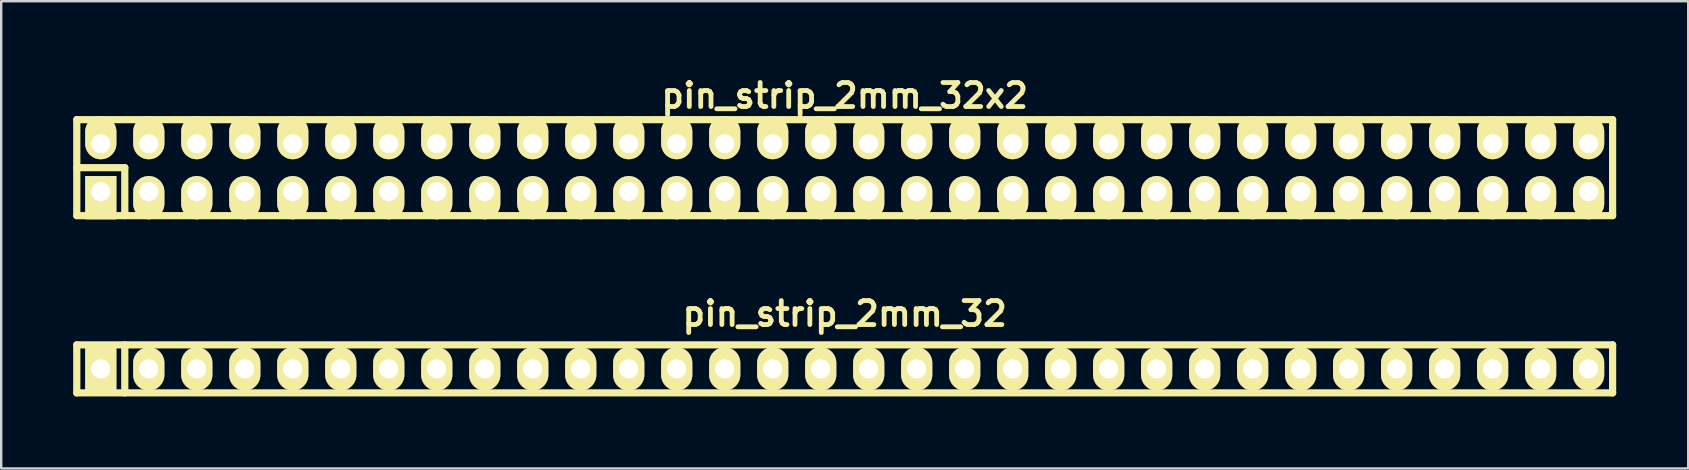
<source format=kicad_pcb>
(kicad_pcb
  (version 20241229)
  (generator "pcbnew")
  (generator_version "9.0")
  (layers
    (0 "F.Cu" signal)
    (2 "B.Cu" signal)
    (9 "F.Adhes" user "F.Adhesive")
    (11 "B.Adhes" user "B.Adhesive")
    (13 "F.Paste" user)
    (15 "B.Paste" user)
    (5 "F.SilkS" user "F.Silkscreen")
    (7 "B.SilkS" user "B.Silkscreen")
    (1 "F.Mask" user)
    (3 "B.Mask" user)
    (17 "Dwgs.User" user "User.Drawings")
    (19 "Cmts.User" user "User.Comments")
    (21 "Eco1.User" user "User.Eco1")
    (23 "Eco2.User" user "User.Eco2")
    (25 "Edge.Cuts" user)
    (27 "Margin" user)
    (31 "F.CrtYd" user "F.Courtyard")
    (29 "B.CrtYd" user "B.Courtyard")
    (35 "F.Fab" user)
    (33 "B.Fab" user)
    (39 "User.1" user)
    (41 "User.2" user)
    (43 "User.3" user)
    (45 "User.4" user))
  (footprint "pin_strip_2mm_32x2"
    (layer "F.Cu")
    (at 32.15 3.936)
    (property "Reference" "pin_strip_2mm_32x2" (at 0 -3 0) (layer "F.SilkS") (effects (font (size 1 1) (thickness 0.2))))
    (attr through_hole)
    (fp_line (start -32 -2) (end 32 -2) (stroke (width 0.3) (type solid)) (layer "F.SilkS"))
    (fp_line (start -32 0) (end -30 0) (stroke (width 0.3) (type solid)) (layer "F.SilkS"))
    (fp_line (start -32 2) (end -32 -2) (stroke (width 0.3) (type solid)) (layer "F.SilkS"))
    (fp_line (start -30 0) (end -30 2) (stroke (width 0.3) (type solid)) (layer "F.SilkS"))
    (fp_line (start 32 -2) (end 32 2) (stroke (width 0.3) (type solid)) (layer "F.SilkS"))
    (fp_line (start 32 2) (end -32 2) (stroke (width 0.3) (type solid)) (layer "F.SilkS"))
    (pad "1" thru_hole rect (at -31 1) (size 1.3 1.8) (drill 0.8 (offset 0 0.25)) (layers "*.Cu" "*.Mask" "F.SilkS"))
    (pad "2" thru_hole oval (at -31 -1) (size 1.3 1.8) (drill 0.8 (offset 0 -0.25)) (layers "*.Cu" "*.Mask" "F.SilkS"))
    (pad "3" thru_hole oval (at -29 1) (size 1.3 1.8) (drill 0.8 (offset 0 0.25)) (layers "*.Cu" "*.Mask" "F.SilkS"))
    (pad "4" thru_hole oval (at -29 -1) (size 1.3 1.8) (drill 0.8 (offset 0 -0.25)) (layers "*.Cu" "*.Mask" "F.SilkS"))
    (pad "5" thru_hole oval (at -27 1) (size 1.3 1.8) (drill 0.8 (offset 0 0.25)) (layers "*.Cu" "*.Mask" "F.SilkS"))
    (pad "6" thru_hole oval (at -27 -1) (size 1.3 1.8) (drill 0.8 (offset 0 -0.25)) (layers "*.Cu" "*.Mask" "F.SilkS"))
    (pad "7" thru_hole oval (at -25 1) (size 1.3 1.8) (drill 0.8 (offset 0 0.25)) (layers "*.Cu" "*.Mask" "F.SilkS"))
    (pad "8" thru_hole oval (at -25 -1) (size 1.3 1.8) (drill 0.8 (offset 0 -0.25)) (layers "*.Cu" "*.Mask" "F.SilkS"))
    (pad "9" thru_hole oval (at -23 1) (size 1.3 1.8) (drill 0.8 (offset 0 0.25)) (layers "*.Cu" "*.Mask" "F.SilkS"))
    (pad "10" thru_hole oval (at -23 -1) (size 1.3 1.8) (drill 0.8 (offset 0 -0.25)) (layers "*.Cu" "*.Mask" "F.SilkS"))
    (pad "11" thru_hole oval (at -21 1) (size 1.3 1.8) (drill 0.8 (offset 0 0.25)) (layers "*.Cu" "*.Mask" "F.SilkS"))
    (pad "12" thru_hole oval (at -21 -1) (size 1.3 1.8) (drill 0.8 (offset 0 -0.25)) (layers "*.Cu" "*.Mask" "F.SilkS"))
    (pad "13" thru_hole oval (at -19 1) (size 1.3 1.8) (drill 0.8 (offset 0 0.25)) (layers "*.Cu" "*.Mask" "F.SilkS"))
    (pad "14" thru_hole oval (at -19 -1) (size 1.3 1.8) (drill 0.8 (offset 0 -0.25)) (layers "*.Cu" "*.Mask" "F.SilkS"))
    (pad "15" thru_hole oval (at -17 1) (size 1.3 1.8) (drill 0.8 (offset 0 0.25)) (layers "*.Cu" "*.Mask" "F.SilkS"))
    (pad "16" thru_hole oval (at -17 -1) (size 1.3 1.8) (drill 0.8 (offset 0 -0.25)) (layers "*.Cu" "*.Mask" "F.SilkS"))
    (pad "17" thru_hole oval (at -15 1) (size 1.3 1.8) (drill 0.8 (offset 0 0.25)) (layers "*.Cu" "*.Mask" "F.SilkS"))
    (pad "18" thru_hole oval (at -15 -1) (size 1.3 1.8) (drill 0.8 (offset 0 -0.25)) (layers "*.Cu" "*.Mask" "F.SilkS"))
    (pad "19" thru_hole oval (at -13 1) (size 1.3 1.8) (drill 0.8 (offset 0 0.25)) (layers "*.Cu" "*.Mask" "F.SilkS"))
    (pad "20" thru_hole oval (at -13 -1) (size 1.3 1.8) (drill 0.8 (offset 0 -0.25)) (layers "*.Cu" "*.Mask" "F.SilkS"))
    (pad "21" thru_hole oval (at -11 1) (size 1.3 1.8) (drill 0.8 (offset 0 0.25)) (layers "*.Cu" "*.Mask" "F.SilkS"))
    (pad "22" thru_hole oval (at -11 -1) (size 1.3 1.8) (drill 0.8 (offset 0 -0.25)) (layers "*.Cu" "*.Mask" "F.SilkS"))
    (pad "23" thru_hole oval (at -9 1) (size 1.3 1.8) (drill 0.8 (offset 0 0.25)) (layers "*.Cu" "*.Mask" "F.SilkS"))
    (pad "24" thru_hole oval (at -9 -1) (size 1.3 1.8) (drill 0.8 (offset 0 -0.25)) (layers "*.Cu" "*.Mask" "F.SilkS"))
    (pad "25" thru_hole oval (at -7 1) (size 1.3 1.8) (drill 0.8 (offset 0 0.25)) (layers "*.Cu" "*.Mask" "F.SilkS"))
    (pad "26" thru_hole oval (at -7 -1) (size 1.3 1.8) (drill 0.8 (offset 0 -0.25)) (layers "*.Cu" "*.Mask" "F.SilkS"))
    (pad "27" thru_hole oval (at -5 1) (size 1.3 1.8) (drill 0.8 (offset 0 0.25)) (layers "*.Cu" "*.Mask" "F.SilkS"))
    (pad "28" thru_hole oval (at -5 -1) (size 1.3 1.8) (drill 0.8 (offset 0 -0.25)) (layers "*.Cu" "*.Mask" "F.SilkS"))
    (pad "29" thru_hole oval (at -3 1) (size 1.3 1.8) (drill 0.8 (offset 0 0.25)) (layers "*.Cu" "*.Mask" "F.SilkS"))
    (pad "30" thru_hole oval (at -3 -1) (size 1.3 1.8) (drill 0.8 (offset 0 -0.25)) (layers "*.Cu" "*.Mask" "F.SilkS"))
    (pad "31" thru_hole oval (at -1 1) (size 1.3 1.8) (drill 0.8 (offset 0 0.25)) (layers "*.Cu" "*.Mask" "F.SilkS"))
    (pad "32" thru_hole oval (at -1 -1) (size 1.3 1.8) (drill 0.8 (offset 0 -0.25)) (layers "*.Cu" "*.Mask" "F.SilkS"))
    (pad "33" thru_hole oval (at 1 1) (size 1.3 1.8) (drill 0.8 (offset 0 0.25)) (layers "*.Cu" "*.Mask" "F.SilkS"))
    (pad "34" thru_hole oval (at 1 -1) (size 1.3 1.8) (drill 0.8 (offset 0 -0.25)) (layers "*.Cu" "*.Mask" "F.SilkS"))
    (pad "35" thru_hole oval (at 3 1) (size 1.3 1.8) (drill 0.8 (offset 0 0.25)) (layers "*.Cu" "*.Mask" "F.SilkS"))
    (pad "36" thru_hole oval (at 3 -1) (size 1.3 1.8) (drill 0.8 (offset 0 -0.25)) (layers "*.Cu" "*.Mask" "F.SilkS"))
    (pad "37" thru_hole oval (at 5 1) (size 1.3 1.8) (drill 0.8 (offset 0 0.25)) (layers "*.Cu" "*.Mask" "F.SilkS"))
    (pad "38" thru_hole oval (at 5 -1) (size 1.3 1.8) (drill 0.8 (offset 0 -0.25)) (layers "*.Cu" "*.Mask" "F.SilkS"))
    (pad "39" thru_hole oval (at 7 1) (size 1.3 1.8) (drill 0.8 (offset 0 0.25)) (layers "*.Cu" "*.Mask" "F.SilkS"))
    (pad "40" thru_hole oval (at 7 -1) (size 1.3 1.8) (drill 0.8 (offset 0 -0.25)) (layers "*.Cu" "*.Mask" "F.SilkS"))
    (pad "41" thru_hole oval (at 9 1) (size 1.3 1.8) (drill 0.8 (offset 0 0.25)) (layers "*.Cu" "*.Mask" "F.SilkS"))
    (pad "42" thru_hole oval (at 9 -1) (size 1.3 1.8) (drill 0.8 (offset 0 -0.25)) (layers "*.Cu" "*.Mask" "F.SilkS"))
    (pad "43" thru_hole oval (at 11 1) (size 1.3 1.8) (drill 0.8 (offset 0 0.25)) (layers "*.Cu" "*.Mask" "F.SilkS"))
    (pad "44" thru_hole oval (at 11 -1) (size 1.3 1.8) (drill 0.8 (offset 0 -0.25)) (layers "*.Cu" "*.Mask" "F.SilkS"))
    (pad "45" thru_hole oval (at 13 1) (size 1.3 1.8) (drill 0.8 (offset 0 0.25)) (layers "*.Cu" "*.Mask" "F.SilkS"))
    (pad "46" thru_hole oval (at 13 -1) (size 1.3 1.8) (drill 0.8 (offset 0 -0.25)) (layers "*.Cu" "*.Mask" "F.SilkS"))
    (pad "47" thru_hole oval (at 15 1) (size 1.3 1.8) (drill 0.8 (offset 0 0.25)) (layers "*.Cu" "*.Mask" "F.SilkS"))
    (pad "48" thru_hole oval (at 15 -1) (size 1.3 1.8) (drill 0.8 (offset 0 -0.25)) (layers "*.Cu" "*.Mask" "F.SilkS"))
    (pad "49" thru_hole oval (at 17 1) (size 1.3 1.8) (drill 0.8 (offset 0 0.25)) (layers "*.Cu" "*.Mask" "F.SilkS"))
    (pad "50" thru_hole oval (at 17 -1) (size 1.3 1.8) (drill 0.8 (offset 0 -0.25)) (layers "*.Cu" "*.Mask" "F.SilkS"))
    (pad "51" thru_hole oval (at 19 1) (size 1.3 1.8) (drill 0.8 (offset 0 0.25)) (layers "*.Cu" "*.Mask" "F.SilkS"))
    (pad "52" thru_hole oval (at 19 -1) (size 1.3 1.8) (drill 0.8 (offset 0 -0.25)) (layers "*.Cu" "*.Mask" "F.SilkS"))
    (pad "53" thru_hole oval (at 21 1) (size 1.3 1.8) (drill 0.8 (offset 0 0.25)) (layers "*.Cu" "*.Mask" "F.SilkS"))
    (pad "54" thru_hole oval (at 21 -1) (size 1.3 1.8) (drill 0.8 (offset 0 -0.25)) (layers "*.Cu" "*.Mask" "F.SilkS"))
    (pad "55" thru_hole oval (at 23 1) (size 1.3 1.8) (drill 0.8 (offset 0 0.25)) (layers "*.Cu" "*.Mask" "F.SilkS"))
    (pad "56" thru_hole oval (at 23 -1) (size 1.3 1.8) (drill 0.8 (offset 0 -0.25)) (layers "*.Cu" "*.Mask" "F.SilkS"))
    (pad "57" thru_hole oval (at 25 1) (size 1.3 1.8) (drill 0.8 (offset 0 0.25)) (layers "*.Cu" "*.Mask" "F.SilkS"))
    (pad "58" thru_hole oval (at 25 -1) (size 1.3 1.8) (drill 0.8 (offset 0 -0.25)) (layers "*.Cu" "*.Mask" "F.SilkS"))
    (pad "59" thru_hole oval (at 27 1) (size 1.3 1.8) (drill 0.8 (offset 0 0.25)) (layers "*.Cu" "*.Mask" "F.SilkS"))
    (pad "60" thru_hole oval (at 27 -1) (size 1.3 1.8) (drill 0.8 (offset 0 -0.25)) (layers "*.Cu" "*.Mask" "F.SilkS"))
    (pad "61" thru_hole oval (at 29 1) (size 1.3 1.8) (drill 0.8 (offset 0 0.25)) (layers "*.Cu" "*.Mask" "F.SilkS"))
    (pad "62" thru_hole oval (at 29 -1) (size 1.3 1.8) (drill 0.8 (offset 0 -0.25)) (layers "*.Cu" "*.Mask" "F.SilkS"))
    (pad "63" thru_hole oval (at 31 1) (size 1.3 1.8) (drill 0.8 (offset 0 0.25)) (layers "*.Cu" "*.Mask" "F.SilkS"))
    (pad "64" thru_hole oval (at 31 -1) (size 1.3 1.8) (drill 0.8 (offset 0 -0.25)) (layers "*.Cu" "*.Mask" "F.SilkS")))
  (footprint "pin_strip_2mm_32"
    (layer "F.Cu")
    (at 32.15 12.322)
    (property "Reference" "pin_strip_2mm_32" (at 0 -2.3 0) (layer "F.SilkS") (effects (font (size 1 1) (thickness 0.2))))
    (attr through_hole)
    (fp_line (start -32 -1) (end 32 -1) (stroke (width 0.3) (type solid)) (layer "F.SilkS"))
    (fp_line (start -32 1) (end -32 -1) (stroke (width 0.3) (type solid)) (layer "F.SilkS"))
    (fp_line (start -30 -1) (end -30 1) (stroke (width 0.3) (type solid)) (layer "F.SilkS"))
    (fp_line (start 32 -1) (end 32 1) (stroke (width 0.3) (type solid)) (layer "F.SilkS"))
    (fp_line (start 32 1) (end -32 1) (stroke (width 0.3) (type solid)) (layer "F.SilkS"))
    (pad "1" thru_hole rect (at -31 0) (size 1.3 1.8) (drill 0.8) (layers "*.Cu" "*.Mask" "F.SilkS"))
    (pad "2" thru_hole oval (at -29 0) (size 1.3 1.8) (drill 0.8) (layers "*.Cu" "*.Mask" "F.SilkS"))
    (pad "3" thru_hole oval (at -27 0) (size 1.3 1.8) (drill 0.8) (layers "*.Cu" "*.Mask" "F.SilkS"))
    (pad "4" thru_hole oval (at -25 0) (size 1.3 1.8) (drill 0.8) (layers "*.Cu" "*.Mask" "F.SilkS"))
    (pad "5" thru_hole oval (at -23 0) (size 1.3 1.8) (drill 0.8) (layers "*.Cu" "*.Mask" "F.SilkS"))
    (pad "6" thru_hole oval (at -21 0) (size 1.3 1.8) (drill 0.8) (layers "*.Cu" "*.Mask" "F.SilkS"))
    (pad "7" thru_hole oval (at -19 0) (size 1.3 1.8) (drill 0.8) (layers "*.Cu" "*.Mask" "F.SilkS"))
    (pad "8" thru_hole oval (at -17 0) (size 1.3 1.8) (drill 0.8) (layers "*.Cu" "*.Mask" "F.SilkS"))
    (pad "9" thru_hole oval (at -15 0) (size 1.3 1.8) (drill 0.8) (layers "*.Cu" "*.Mask" "F.SilkS"))
    (pad "10" thru_hole oval (at -13 0) (size 1.3 1.8) (drill 0.8) (layers "*.Cu" "*.Mask" "F.SilkS"))
    (pad "11" thru_hole oval (at -11 0) (size 1.3 1.8) (drill 0.8) (layers "*.Cu" "*.Mask" "F.SilkS"))
    (pad "12" thru_hole oval (at -9 0) (size 1.3 1.8) (drill 0.8) (layers "*.Cu" "*.Mask" "F.SilkS"))
    (pad "13" thru_hole oval (at -7 0) (size 1.3 1.8) (drill 0.8) (layers "*.Cu" "*.Mask" "F.SilkS"))
    (pad "14" thru_hole oval (at -5 0) (size 1.3 1.8) (drill 0.8) (layers "*.Cu" "*.Mask" "F.SilkS"))
    (pad "15" thru_hole oval (at -3 0) (size 1.3 1.8) (drill 0.8) (layers "*.Cu" "*.Mask" "F.SilkS"))
    (pad "16" thru_hole oval (at -1 0) (size 1.3 1.8) (drill 0.8) (layers "*.Cu" "*.Mask" "F.SilkS"))
    (pad "17" thru_hole oval (at 1 0) (size 1.3 1.8) (drill 0.8) (layers "*.Cu" "*.Mask" "F.SilkS"))
    (pad "18" thru_hole oval (at 3 0) (size 1.3 1.8) (drill 0.8) (layers "*.Cu" "*.Mask" "F.SilkS"))
    (pad "19" thru_hole oval (at 5 0) (size 1.3 1.8) (drill 0.8) (layers "*.Cu" "*.Mask" "F.SilkS"))
    (pad "20" thru_hole oval (at 7 0) (size 1.3 1.8) (drill 0.8) (layers "*.Cu" "*.Mask" "F.SilkS"))
    (pad "21" thru_hole oval (at 9 0) (size 1.3 1.8) (drill 0.8) (layers "*.Cu" "*.Mask" "F.SilkS"))
    (pad "22" thru_hole oval (at 11 0) (size 1.3 1.8) (drill 0.8) (layers "*.Cu" "*.Mask" "F.SilkS"))
    (pad "23" thru_hole oval (at 13 0) (size 1.3 1.8) (drill 0.8) (layers "*.Cu" "*.Mask" "F.SilkS"))
    (pad "24" thru_hole oval (at 15 0) (size 1.3 1.8) (drill 0.8) (layers "*.Cu" "*.Mask" "F.SilkS"))
    (pad "25" thru_hole oval (at 17 0) (size 1.3 1.8) (drill 0.8) (layers "*.Cu" "*.Mask" "F.SilkS"))
    (pad "26" thru_hole oval (at 19 0) (size 1.3 1.8) (drill 0.8) (layers "*.Cu" "*.Mask" "F.SilkS"))
    (pad "27" thru_hole oval (at 21 0) (size 1.3 1.8) (drill 0.8) (layers "*.Cu" "*.Mask" "F.SilkS"))
    (pad "28" thru_hole oval (at 23 0) (size 1.3 1.8) (drill 0.8) (layers "*.Cu" "*.Mask" "F.SilkS"))
    (pad "29" thru_hole oval (at 25 0) (size 1.3 1.8) (drill 0.8) (layers "*.Cu" "*.Mask" "F.SilkS"))
    (pad "30" thru_hole oval (at 27 0) (size 1.3 1.8) (drill 0.8) (layers "*.Cu" "*.Mask" "F.SilkS"))
    (pad "31" thru_hole oval (at 29 0) (size 1.3 1.8) (drill 0.8) (layers "*.Cu" "*.Mask" "F.SilkS"))
    (pad "32" thru_hole oval (at 31 0) (size 1.3 1.8) (drill 0.8) (layers "*.Cu" "*.Mask" "F.SilkS")))
  (gr_rect
    (start -3 -3)
    (end 67.3 16.472)
    (stroke (width 0.1) (type default))
    (fill no)
    (layer "Edge.Cuts")))
</source>
